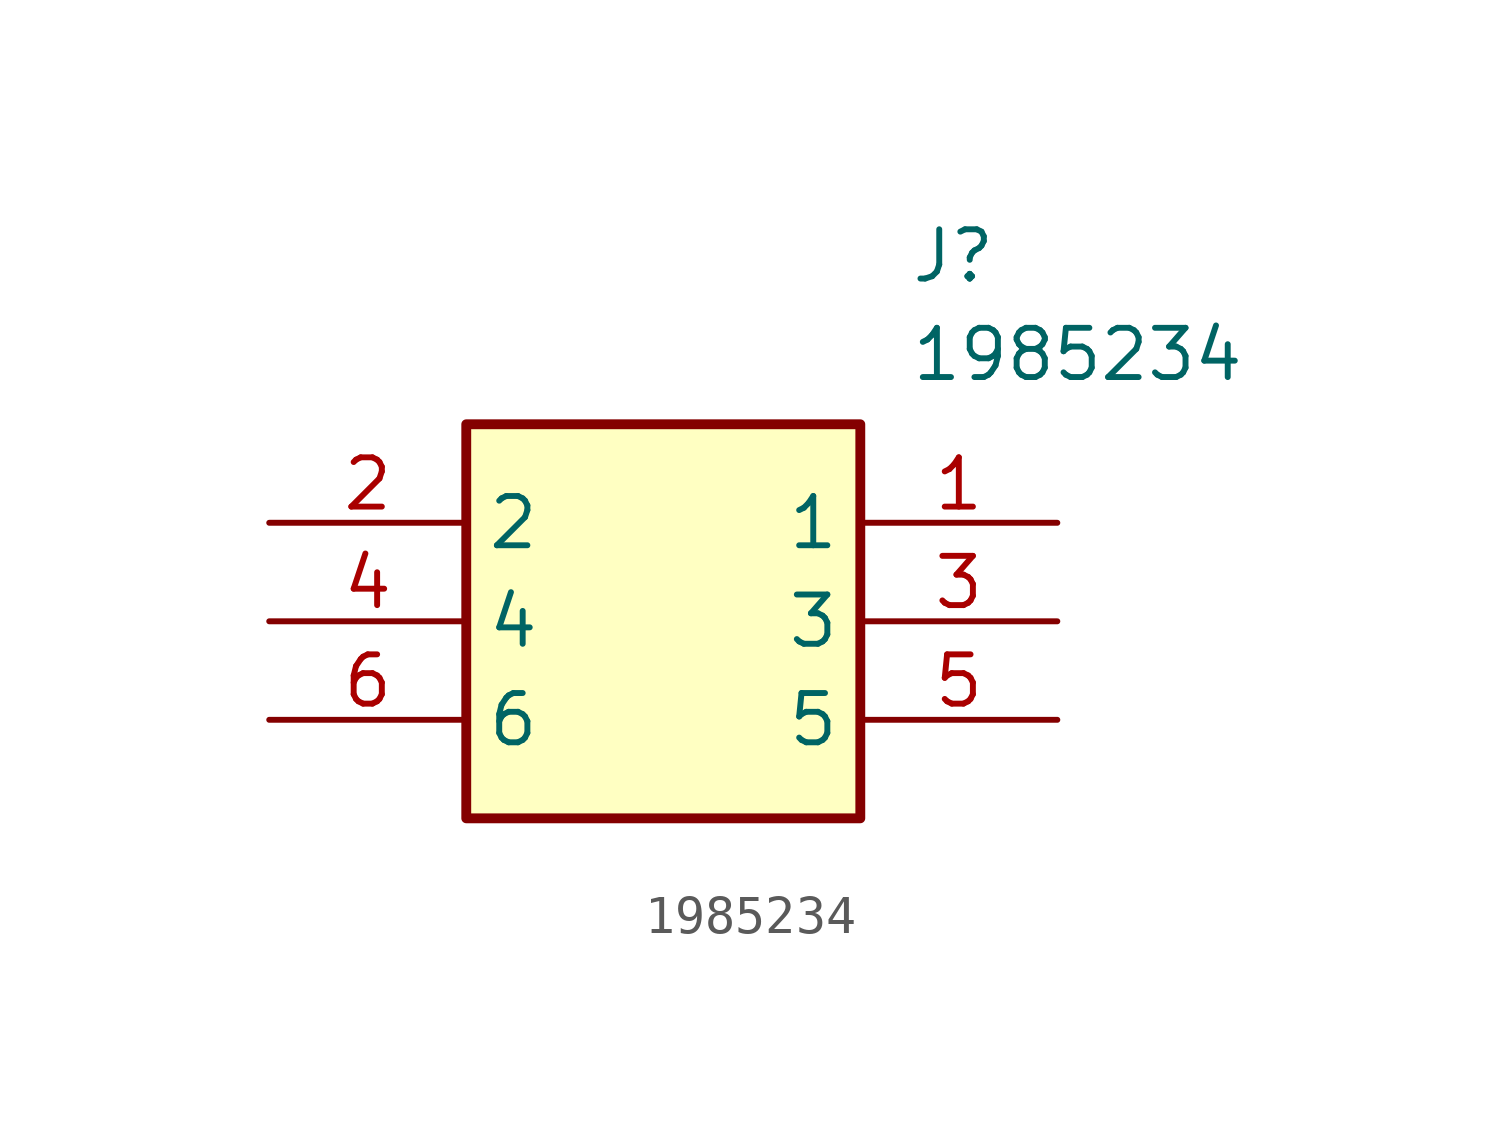
<source format=kicad_sym>
(kicad_symbol_lib
  (version 20211014)
  (generator SamacSys_ECAD_Model)
  (symbol "1985234"
    (property "Reference" "J"
      (at 16.51 7.62 0)
      (effects (font (size 1.27 1.27)) (justify left top)))
    (property "Value" "1985234"
      (at 16.51 5.08 0)
      (effects (font (size 1.27 1.27)) (justify left top)))
    (rectangle
      (start 5.08 2.54)
      (end 15.24 -7.62)
      (stroke (width 0.254) (type default))
      (fill (type background)))
    (pin passive line
      (at 20.32 0 180)
      (length 5.08)
      (name "1" (effects (font (size 1.27 1.27))))
      (number "1" (effects (font (size 1.27 1.27)))))
    (pin passive line
      (at 0 0 0)
      (length 5.08)
      (name "2" (effects (font (size 1.27 1.27))))
      (number "2" (effects (font (size 1.27 1.27)))))
    (pin passive line
      (at 20.32 -2.54 180)
      (length 5.08)
      (name "3" (effects (font (size 1.27 1.27))))
      (number "3" (effects (font (size 1.27 1.27)))))
    (pin passive line
      (at 0 -2.54 0)
      (length 5.08)
      (name "4" (effects (font (size 1.27 1.27))))
      (number "4" (effects (font (size 1.27 1.27)))))
    (pin passive line
      (at 20.32 -5.08 180)
      (length 5.08)
      (name "5" (effects (font (size 1.27 1.27))))
      (number "5" (effects (font (size 1.27 1.27)))))
    (pin passive line
      (at 0 -5.08 0)
      (length 5.08)
      (name "6" (effects (font (size 1.27 1.27))))
      (number "6" (effects (font (size 1.27 1.27)))))))
</source>
